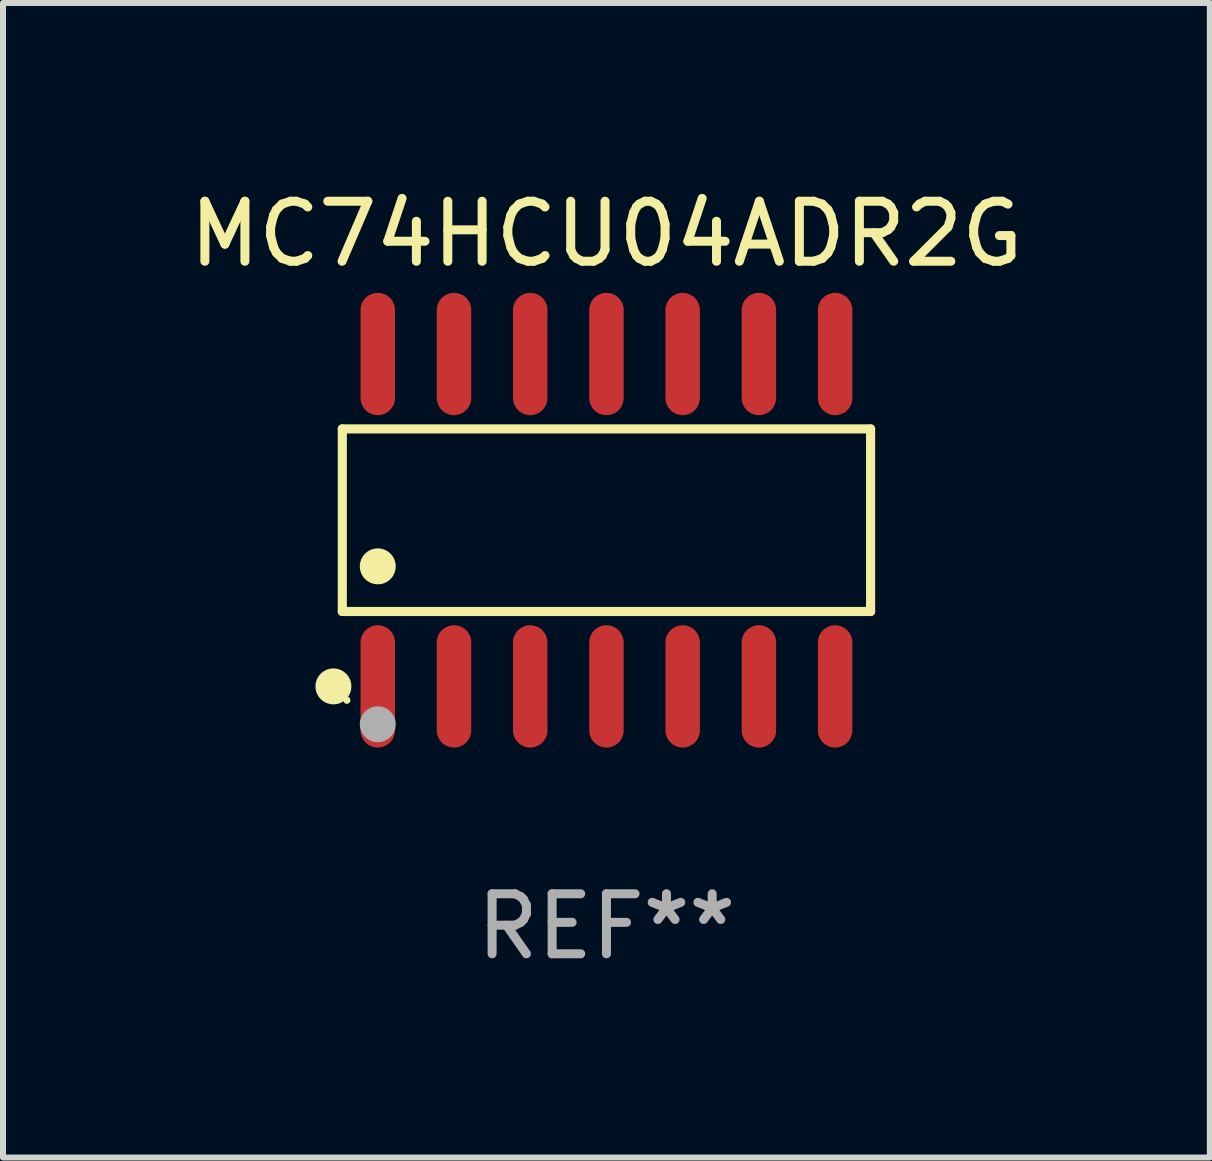
<source format=kicad_pcb>
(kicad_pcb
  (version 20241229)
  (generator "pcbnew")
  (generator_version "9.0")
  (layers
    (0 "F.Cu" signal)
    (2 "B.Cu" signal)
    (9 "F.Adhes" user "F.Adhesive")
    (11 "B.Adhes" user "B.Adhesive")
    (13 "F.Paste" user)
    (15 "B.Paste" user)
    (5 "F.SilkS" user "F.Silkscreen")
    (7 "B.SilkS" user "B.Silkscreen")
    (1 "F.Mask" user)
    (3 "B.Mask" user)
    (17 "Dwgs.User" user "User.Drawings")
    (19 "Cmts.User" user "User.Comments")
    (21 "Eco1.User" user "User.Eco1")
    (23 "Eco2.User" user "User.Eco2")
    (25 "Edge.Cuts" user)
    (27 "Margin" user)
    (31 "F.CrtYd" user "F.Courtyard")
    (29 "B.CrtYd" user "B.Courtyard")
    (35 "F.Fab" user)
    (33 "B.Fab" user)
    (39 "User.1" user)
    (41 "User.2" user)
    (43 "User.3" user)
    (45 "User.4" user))
  (footprint "MC74HCU04ADR2G"
    (layer "F.Cu")
    (at 7.054 5.617)
    (property "Reference" "MC74HCU04ADR2G" (at 0 -4.769 0) (layer "F.SilkS") (effects (font (size 1 1) (thickness 0.15))))
    (attr through_hole)
    (fp_line (start -4.401 -1.521) (end 4.401 -1.521) (stroke (width 0.152) (type solid)) (layer "F.SilkS"))
    (fp_line (start -4.401 1.521) (end -4.401 -1.521) (stroke (width 0.152) (type solid)) (layer "F.SilkS"))
    (fp_line (start 4.401 -1.521) (end 4.401 1.521) (stroke (width 0.152) (type solid)) (layer "F.SilkS"))
    (fp_line (start 4.401 1.521) (end -4.401 1.521) (stroke (width 0.152) (type solid)) (layer "F.SilkS"))
    (fp_circle (center -4.549 2.769) (end -4.399 2.769) (stroke (width 0.3) (type solid)) (fill no) (layer "F.SilkS"))
    (fp_circle (center -4.325 3) (end -4.295 3) (stroke (width 0.06) (type solid)) (fill no) (layer "F.SilkS"))
    (fp_circle (center -3.81 0.769) (end -3.66 0.769) (stroke (width 0.3) (type solid)) (fill no) (layer "F.SilkS"))
    (fp_circle (center -3.81 3.4) (end -3.66 3.4) (stroke (width 0.3) (type solid)) (fill no) (layer "F.Fab"))
    (fp_text user "REF**" (at 0 6.769 0) (layer "F.Fab") (effects (font (size 1 1) (thickness 0.15))))
    (pad "1" smd oval (at -3.81 2.769) (size 0.574 2.038) (layers "F.Cu" "F.Mask" "F.Paste"))
    (pad "2" smd oval (at -2.54 2.769) (size 0.574 2.038) (layers "F.Cu" "F.Mask" "F.Paste"))
    (pad "3" smd oval (at -1.27 2.769) (size 0.574 2.038) (layers "F.Cu" "F.Mask" "F.Paste"))
    (pad "4" smd oval (at 0 2.769) (size 0.574 2.038) (layers "F.Cu" "F.Mask" "F.Paste"))
    (pad "5" smd oval (at 1.27 2.769) (size 0.574 2.038) (layers "F.Cu" "F.Mask" "F.Paste"))
    (pad "6" smd oval (at 2.54 2.769) (size 0.574 2.038) (layers "F.Cu" "F.Mask" "F.Paste"))
    (pad "7" smd oval (at 3.81 2.769) (size 0.574 2.038) (layers "F.Cu" "F.Mask" "F.Paste"))
    (pad "8" smd oval (at 3.81 -2.769) (size 0.574 2.038) (layers "F.Cu" "F.Mask" "F.Paste"))
    (pad "9" smd oval (at 2.54 -2.769) (size 0.574 2.038) (layers "F.Cu" "F.Mask" "F.Paste"))
    (pad "10" smd oval (at 1.27 -2.769) (size 0.574 2.038) (layers "F.Cu" "F.Mask" "F.Paste"))
    (pad "11" smd oval (at 0 -2.769) (size 0.574 2.038) (layers "F.Cu" "F.Mask" "F.Paste"))
    (pad "12" smd oval (at -1.27 -2.769) (size 0.574 2.038) (layers "F.Cu" "F.Mask" "F.Paste"))
    (pad "13" smd oval (at -2.54 -2.769) (size 0.574 2.038) (layers "F.Cu" "F.Mask" "F.Paste"))
    (pad "14" smd oval (at -3.81 -2.769) (size 0.574 2.038) (layers "F.Cu" "F.Mask" "F.Paste")))
  (gr_rect
    (start -3 -3)
    (end 17.107 16.235)
    (stroke (width 0.1) (type default))
    (fill no)
    (layer "Edge.Cuts")))
</source>
